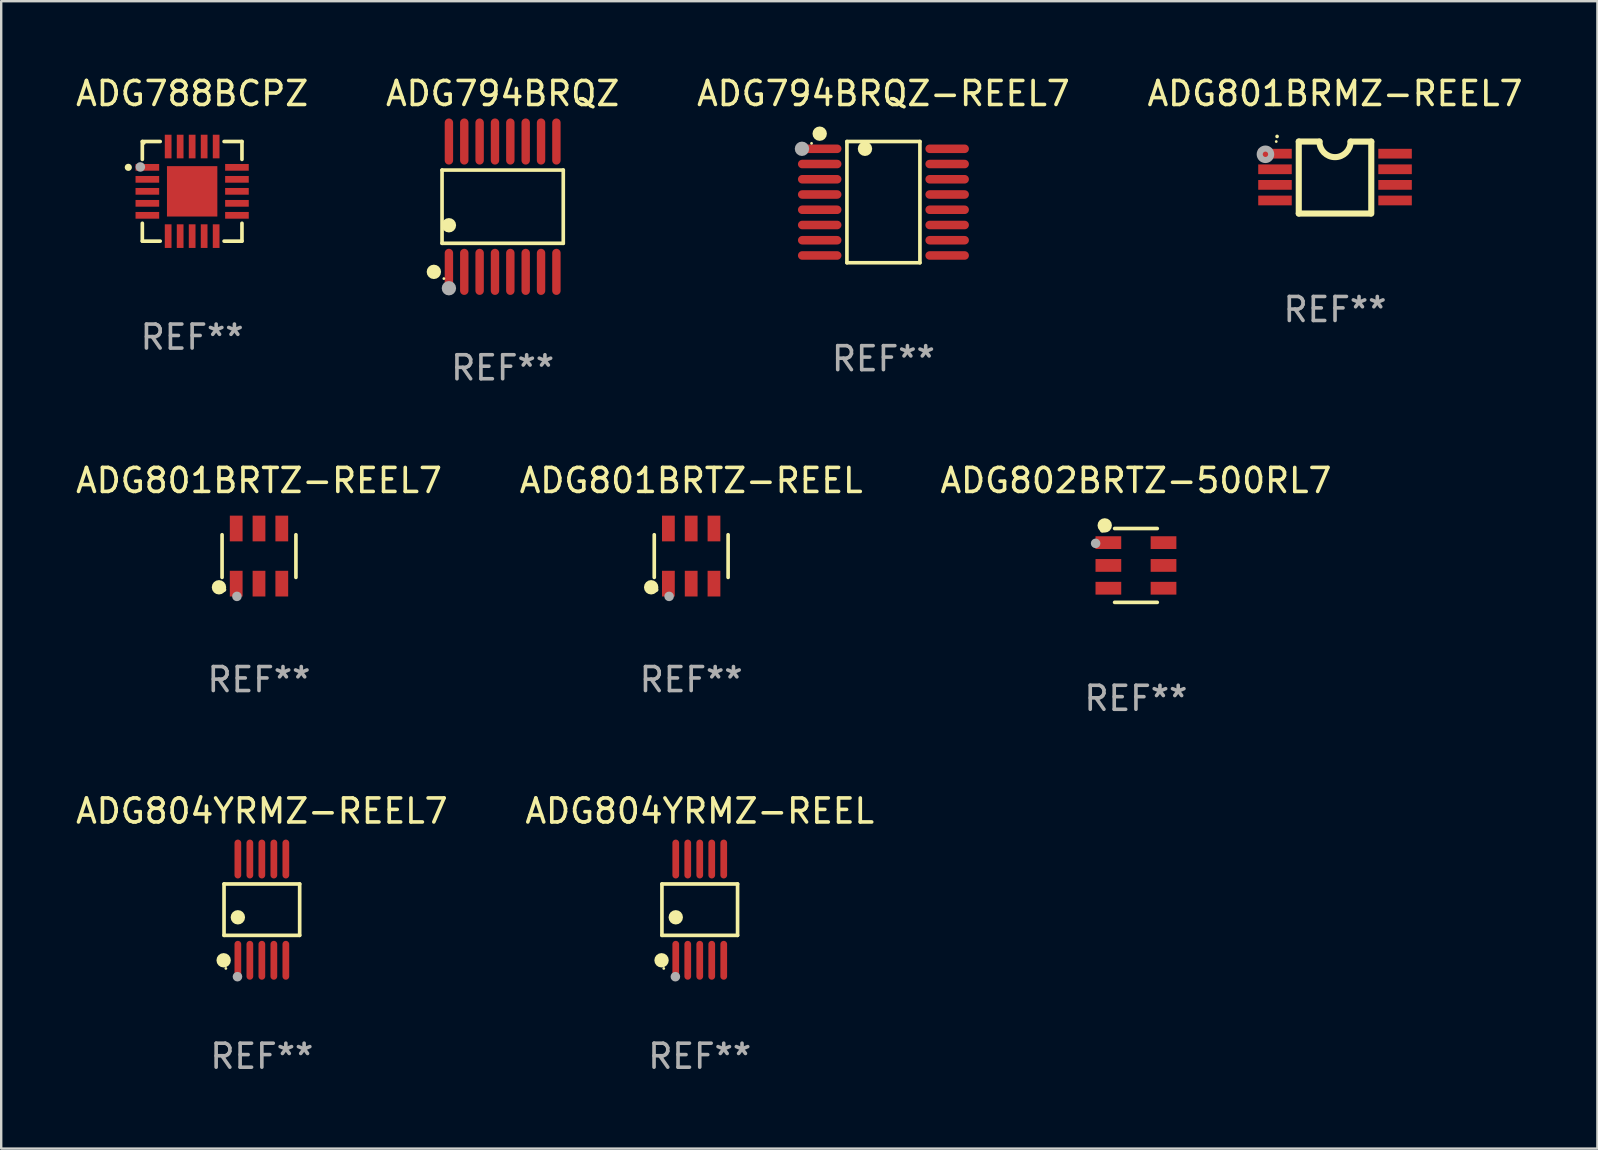
<source format=kicad_pcb>
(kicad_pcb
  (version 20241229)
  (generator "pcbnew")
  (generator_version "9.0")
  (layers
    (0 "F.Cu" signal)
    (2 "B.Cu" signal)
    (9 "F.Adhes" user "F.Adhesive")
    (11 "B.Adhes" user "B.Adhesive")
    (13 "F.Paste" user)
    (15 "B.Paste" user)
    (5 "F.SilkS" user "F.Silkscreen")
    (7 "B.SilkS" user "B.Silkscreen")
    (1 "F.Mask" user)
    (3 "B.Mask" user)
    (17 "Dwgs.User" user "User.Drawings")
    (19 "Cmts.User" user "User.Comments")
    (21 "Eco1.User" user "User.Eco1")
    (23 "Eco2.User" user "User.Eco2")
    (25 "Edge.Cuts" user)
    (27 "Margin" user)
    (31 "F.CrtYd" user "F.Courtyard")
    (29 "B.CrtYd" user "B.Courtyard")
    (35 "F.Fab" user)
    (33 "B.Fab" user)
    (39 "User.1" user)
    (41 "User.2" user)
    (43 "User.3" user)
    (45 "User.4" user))
  (footprint "ADG801BRTZ-REEL7"
    (layer "F.Cu")
    (at 7.744 20.125)
    (property "Reference" "ADG801BRTZ-REEL7" (at 0 -3.149 0) (layer "F.SilkS") (effects (font (size 1 1) (thickness 0.15))))
    (attr through_hole)
    (fp_line (start -1.539 0.889) (end -1.539 -0.889) (stroke (width 0.152) (type solid)) (layer "F.SilkS"))
    (fp_line (start 1.539 0.889) (end 1.539 -0.889) (stroke (width 0.152) (type solid)) (layer "F.SilkS"))
    (fp_circle (center -1.668 1.301) (end -1.518 1.301) (stroke (width 0.3) (type solid)) (fill no) (layer "F.SilkS"))
    (fp_circle (center -1.463 1.4) (end -1.413 1.4) (stroke (width 0.1) (type solid)) (fill no) (layer "F.SilkS"))
    (fp_circle (center -0.92 1.68) (end -0.82 1.68) (stroke (width 0.2) (type solid)) (fill no) (layer "F.Fab"))
    (fp_text user "REF**" (at 0 5.149 0) (layer "F.Fab") (effects (font (size 1 1) (thickness 0.15))))
    (pad "1" smd rect (at -0.95 1.149) (size 0.532 1.072) (layers "F.Cu" "F.Mask" "F.Paste"))
    (pad "2" smd rect (at 0 1.149) (size 0.532 1.072) (layers "F.Cu" "F.Mask" "F.Paste"))
    (pad "3" smd rect (at 0.95 1.149) (size 0.532 1.072) (layers "F.Cu" "F.Mask" "F.Paste"))
    (pad "4" smd rect (at 0.95 -1.149) (size 0.532 1.072) (layers "F.Cu" "F.Mask" "F.Paste"))
    (pad "5" smd rect (at 0 -1.149) (size 0.532 1.072) (layers "F.Cu" "F.Mask" "F.Paste"))
    (pad "6" smd rect (at -0.95 -1.149) (size 0.532 1.072) (layers "F.Cu" "F.Mask" "F.Paste")))
  (footprint "ADG804YRMZ-REEL7"
    (layer "F.Cu")
    (at 7.863 34.861)
    (property "Reference" "ADG804YRMZ-REEL7" (at 0 -4.11 0) (layer "F.SilkS") (effects (font (size 1 1) (thickness 0.15))))
    (attr through_hole)
    (fp_line (start -1.576 -1.071) (end 1.576 -1.071) (stroke (width 0.152) (type solid)) (layer "F.SilkS"))
    (fp_line (start -1.576 1.071) (end -1.576 -1.071) (stroke (width 0.152) (type solid)) (layer "F.SilkS"))
    (fp_line (start 1.576 -1.071) (end 1.576 1.071) (stroke (width 0.152) (type solid)) (layer "F.SilkS"))
    (fp_line (start 1.576 1.071) (end -1.576 1.071) (stroke (width 0.152) (type solid)) (layer "F.SilkS"))
    (fp_circle (center -1.592 2.11) (end -1.442 2.11) (stroke (width 0.3) (type solid)) (fill no) (layer "F.SilkS"))
    (fp_circle (center -1.5 2.45) (end -1.47 2.45) (stroke (width 0.06) (type solid)) (fill no) (layer "F.SilkS"))
    (fp_circle (center -1 0.319) (end -0.85 0.319) (stroke (width 0.3) (type solid)) (fill no) (layer "F.SilkS"))
    (fp_circle (center -1.016 2.794) (end -0.916 2.794) (stroke (width 0.2) (type solid)) (fill no) (layer "F.Fab"))
    (fp_text user "REF**" (at 0 6.11 0) (layer "F.Fab") (effects (font (size 1 1) (thickness 0.15))))
    (pad "1" smd oval (at -1 2.11) (size 0.28 1.62) (layers "F.Cu" "F.Mask" "F.Paste"))
    (pad "2" smd oval (at -0.5 2.11) (size 0.28 1.62) (layers "F.Cu" "F.Mask" "F.Paste"))
    (pad "3" smd oval (at 0 2.11) (size 0.28 1.62) (layers "F.Cu" "F.Mask" "F.Paste"))
    (pad "4" smd oval (at 0.5 2.11) (size 0.28 1.62) (layers "F.Cu" "F.Mask" "F.Paste"))
    (pad "5" smd oval (at 1 2.11) (size 0.28 1.62) (layers "F.Cu" "F.Mask" "F.Paste"))
    (pad "6" smd oval (at 1 -2.11) (size 0.28 1.62) (layers "F.Cu" "F.Mask" "F.Paste"))
    (pad "7" smd oval (at 0.5 -2.11) (size 0.28 1.62) (layers "F.Cu" "F.Mask" "F.Paste"))
    (pad "8" smd oval (at 0 -2.11) (size 0.28 1.62) (layers "F.Cu" "F.Mask" "F.Paste"))
    (pad "9" smd oval (at -0.5 -2.11) (size 0.28 1.62) (layers "F.Cu" "F.Mask" "F.Paste"))
    (pad "10" smd oval (at -1 -2.11) (size 0.28 1.62) (layers "F.Cu" "F.Mask" "F.Paste")))
  (footprint "ADG794BRQZ-REEL7"
    (layer "F.Cu")
    (at 33.768 5.374)
    (property "Reference" "ADG794BRQZ-REEL7" (at 0 -4.526 0) (layer "F.SilkS") (effects (font (size 1 1) (thickness 0.15))))
    (attr through_hole)
    (fp_line (start -1.521 -2.526) (end 1.521 -2.526) (stroke (width 0.152) (type solid)) (layer "F.SilkS"))
    (fp_line (start -1.521 2.526) (end -1.521 -2.526) (stroke (width 0.152) (type solid)) (layer "F.SilkS"))
    (fp_line (start 1.521 -2.526) (end 1.521 2.526) (stroke (width 0.152) (type solid)) (layer "F.SilkS"))
    (fp_line (start 1.521 2.526) (end -1.521 2.526) (stroke (width 0.152) (type solid)) (layer "F.SilkS"))
    (fp_circle (center -2.995 -2.45) (end -2.965 -2.45) (stroke (width 0.06) (type solid)) (fill no) (layer "F.SilkS"))
    (fp_circle (center -2.656 -2.853) (end -2.506 -2.853) (stroke (width 0.3) (type solid)) (fill no) (layer "F.SilkS"))
    (fp_circle (center -0.769 -2.223) (end -0.619 -2.223) (stroke (width 0.3) (type solid)) (fill no) (layer "F.SilkS"))
    (fp_circle (center -3.395 -2.223) (end -3.245 -2.223) (stroke (width 0.3) (type solid)) (fill no) (layer "F.Fab"))
    (fp_text user "REF**" (at 0 6.526 0) (layer "F.Fab") (effects (font (size 1 1) (thickness 0.15))))
    (pad "1" smd oval (at -2.656 -2.223 270) (size 0.356 1.813) (layers "F.Cu" "F.Mask" "F.Paste"))
    (pad "2" smd oval (at -2.656 -1.588 270) (size 0.356 1.813) (layers "F.Cu" "F.Mask" "F.Paste"))
    (pad "3" smd oval (at -2.656 -0.953 270) (size 0.356 1.813) (layers "F.Cu" "F.Mask" "F.Paste"))
    (pad "4" smd oval (at -2.656 -0.318 270) (size 0.356 1.813) (layers "F.Cu" "F.Mask" "F.Paste"))
    (pad "5" smd oval (at -2.656 0.318 270) (size 0.356 1.813) (layers "F.Cu" "F.Mask" "F.Paste"))
    (pad "6" smd oval (at -2.656 0.953 270) (size 0.356 1.813) (layers "F.Cu" "F.Mask" "F.Paste"))
    (pad "7" smd oval (at -2.656 1.588 270) (size 0.356 1.813) (layers "F.Cu" "F.Mask" "F.Paste"))
    (pad "8" smd oval (at -2.656 2.223 270) (size 0.356 1.813) (layers "F.Cu" "F.Mask" "F.Paste"))
    (pad "9" smd oval (at 2.656 2.223 270) (size 0.356 1.813) (layers "F.Cu" "F.Mask" "F.Paste"))
    (pad "10" smd oval (at 2.656 1.588 270) (size 0.356 1.813) (layers "F.Cu" "F.Mask" "F.Paste"))
    (pad "11" smd oval (at 2.656 0.953 270) (size 0.356 1.813) (layers "F.Cu" "F.Mask" "F.Paste"))
    (pad "12" smd oval (at 2.656 0.318 270) (size 0.356 1.813) (layers "F.Cu" "F.Mask" "F.Paste"))
    (pad "13" smd oval (at 2.656 -0.318 270) (size 0.356 1.813) (layers "F.Cu" "F.Mask" "F.Paste"))
    (pad "14" smd oval (at 2.656 -0.953 270) (size 0.356 1.813) (layers "F.Cu" "F.Mask" "F.Paste"))
    (pad "15" smd oval (at 2.656 -1.588 270) (size 0.356 1.813) (layers "F.Cu" "F.Mask" "F.Paste"))
    (pad "16" smd oval (at 2.656 -2.223 270) (size 0.356 1.813) (layers "F.Cu" "F.Mask" "F.Paste")))
  (footprint "ADG802BRTZ-500RL7"
    (layer "F.Cu")
    (at 44.292 20.515)
    (property "Reference" "ADG802BRTZ-500RL7" (at 0 -3.539 0) (layer "F.SilkS") (effects (font (size 1 1) (thickness 0.15))))
    (attr through_hole)
    (fp_line (start -0.889 -1.539) (end 0.889 -1.539) (stroke (width 0.152) (type solid)) (layer "F.SilkS"))
    (fp_line (start -0.889 1.539) (end 0.889 1.539) (stroke (width 0.152) (type solid)) (layer "F.SilkS"))
    (fp_circle (center -1.4 -1.463) (end -1.35 -1.463) (stroke (width 0.1) (type solid)) (fill no) (layer "F.SilkS"))
    (fp_circle (center -1.301 -1.668) (end -1.151 -1.668) (stroke (width 0.3) (type solid)) (fill no) (layer "F.SilkS"))
    (fp_circle (center -1.68 -0.92) (end -1.58 -0.92) (stroke (width 0.2) (type solid)) (fill no) (layer "F.Fab"))
    (fp_text user "REF**" (at 0 5.539 0) (layer "F.Fab") (effects (font (size 1 1) (thickness 0.15))))
    (pad "1" smd rect (at -1.149 -0.95 270) (size 0.532 1.072) (layers "F.Cu" "F.Mask" "F.Paste"))
    (pad "2" smd rect (at -1.149 0.000102 270) (size 0.532 1.072) (layers "F.Cu" "F.Mask" "F.Paste"))
    (pad "3" smd rect (at -1.149 0.95 270) (size 0.532 1.072) (layers "F.Cu" "F.Mask" "F.Paste"))
    (pad "4" smd rect (at 1.149 0.95 270) (size 0.532 1.072) (layers "F.Cu" "F.Mask" "F.Paste"))
    (pad "5" smd rect (at 1.149 0.000102 270) (size 0.532 1.072) (layers "F.Cu" "F.Mask" "F.Paste"))
    (pad "6" smd rect (at 1.149 -0.95 270) (size 0.532 1.072) (layers "F.Cu" "F.Mask" "F.Paste")))
  (footprint "ADG801BRTZ-REEL"
    (layer "F.Cu")
    (at 25.756 20.125)
    (property "Reference" "ADG801BRTZ-REEL" (at 0 -3.149 0) (layer "F.SilkS") (effects (font (size 1 1) (thickness 0.15))))
    (attr through_hole)
    (fp_line (start -1.539 0.889) (end -1.539 -0.889) (stroke (width 0.152) (type solid)) (layer "F.SilkS"))
    (fp_line (start 1.539 0.889) (end 1.539 -0.889) (stroke (width 0.152) (type solid)) (layer "F.SilkS"))
    (fp_circle (center -1.668 1.301) (end -1.518 1.301) (stroke (width 0.3) (type solid)) (fill no) (layer "F.SilkS"))
    (fp_circle (center -1.463 1.4) (end -1.413 1.4) (stroke (width 0.1) (type solid)) (fill no) (layer "F.SilkS"))
    (fp_circle (center -0.92 1.68) (end -0.82 1.68) (stroke (width 0.2) (type solid)) (fill no) (layer "F.Fab"))
    (fp_text user "REF**" (at 0 5.149 0) (layer "F.Fab") (effects (font (size 1 1) (thickness 0.15))))
    (pad "1" smd rect (at -0.95 1.149) (size 0.532 1.072) (layers "F.Cu" "F.Mask" "F.Paste"))
    (pad "2" smd rect (at 0 1.149) (size 0.532 1.072) (layers "F.Cu" "F.Mask" "F.Paste"))
    (pad "3" smd rect (at 0.95 1.149) (size 0.532 1.072) (layers "F.Cu" "F.Mask" "F.Paste"))
    (pad "4" smd rect (at 0.95 -1.149) (size 0.532 1.072) (layers "F.Cu" "F.Mask" "F.Paste"))
    (pad "5" smd rect (at 0 -1.149) (size 0.532 1.072) (layers "F.Cu" "F.Mask" "F.Paste"))
    (pad "6" smd rect (at -0.95 -1.149) (size 0.532 1.072) (layers "F.Cu" "F.Mask" "F.Paste")))
  (footprint "ADG794BRQZ"
    (layer "F.Cu")
    (at 17.899 5.564)
    (property "Reference" "ADG794BRQZ" (at 0 -4.716 0) (layer "F.SilkS") (effects (font (size 1 1) (thickness 0.15))))
    (attr through_hole)
    (fp_line (start -2.526 -1.526) (end 2.526 -1.526) (stroke (width 0.152) (type solid)) (layer "F.SilkS"))
    (fp_line (start -2.526 1.526) (end -2.526 -1.526) (stroke (width 0.152) (type solid)) (layer "F.SilkS"))
    (fp_line (start 2.526 -1.526) (end 2.526 1.526) (stroke (width 0.152) (type solid)) (layer "F.SilkS"))
    (fp_line (start 2.526 1.526) (end -2.526 1.526) (stroke (width 0.152) (type solid)) (layer "F.SilkS"))
    (fp_circle (center -2.867 2.716) (end -2.717 2.716) (stroke (width 0.3) (type solid)) (fill no) (layer "F.SilkS"))
    (fp_circle (center -2.45 2.997) (end -2.42 2.997) (stroke (width 0.06) (type solid)) (fill no) (layer "F.SilkS"))
    (fp_circle (center -2.24 0.774) (end -2.09 0.774) (stroke (width 0.3) (type solid)) (fill no) (layer "F.SilkS"))
    (fp_circle (center -2.24 3.398) (end -2.09 3.398) (stroke (width 0.3) (type solid)) (fill no) (layer "F.Fab"))
    (fp_text user "REF**" (at 0 6.716 0) (layer "F.Fab") (effects (font (size 1 1) (thickness 0.15))))
    (pad "1" smd oval (at -2.24 2.716) (size 0.35 1.922) (layers "F.Cu" "F.Mask" "F.Paste"))
    (pad "2" smd oval (at -1.6 2.716) (size 0.35 1.922) (layers "F.Cu" "F.Mask" "F.Paste"))
    (pad "3" smd oval (at -0.96 2.716) (size 0.35 1.922) (layers "F.Cu" "F.Mask" "F.Paste"))
    (pad "4" smd oval (at -0.32 2.716) (size 0.35 1.922) (layers "F.Cu" "F.Mask" "F.Paste"))
    (pad "5" smd oval (at 0.32 2.716) (size 0.35 1.922) (layers "F.Cu" "F.Mask" "F.Paste"))
    (pad "6" smd oval (at 0.96 2.716) (size 0.35 1.922) (layers "F.Cu" "F.Mask" "F.Paste"))
    (pad "7" smd oval (at 1.6 2.716) (size 0.35 1.922) (layers "F.Cu" "F.Mask" "F.Paste"))
    (pad "8" smd oval (at 2.24 2.716) (size 0.35 1.922) (layers "F.Cu" "F.Mask" "F.Paste"))
    (pad "9" smd oval (at 2.24 -2.716) (size 0.35 1.922) (layers "F.Cu" "F.Mask" "F.Paste"))
    (pad "10" smd oval (at 1.6 -2.716) (size 0.35 1.922) (layers "F.Cu" "F.Mask" "F.Paste"))
    (pad "11" smd oval (at 0.96 -2.716) (size 0.35 1.922) (layers "F.Cu" "F.Mask" "F.Paste"))
    (pad "12" smd oval (at 0.32 -2.716) (size 0.35 1.922) (layers "F.Cu" "F.Mask" "F.Paste"))
    (pad "13" smd oval (at -0.32 -2.716) (size 0.35 1.922) (layers "F.Cu" "F.Mask" "F.Paste"))
    (pad "14" smd oval (at -0.96 -2.716) (size 0.35 1.922) (layers "F.Cu" "F.Mask" "F.Paste"))
    (pad "15" smd oval (at -1.6 -2.716) (size 0.35 1.922) (layers "F.Cu" "F.Mask" "F.Paste"))
    (pad "16" smd oval (at -2.24 -2.716) (size 0.35 1.922) (layers "F.Cu" "F.Mask" "F.Paste")))
  (footprint "ADG804YRMZ-REEL"
    (layer "F.Cu")
    (at 26.113 34.861)
    (property "Reference" "ADG804YRMZ-REEL" (at 0 -4.11 0) (layer "F.SilkS") (effects (font (size 1 1) (thickness 0.15))))
    (attr through_hole)
    (fp_line (start -1.576 -1.071) (end 1.576 -1.071) (stroke (width 0.152) (type solid)) (layer "F.SilkS"))
    (fp_line (start -1.576 1.071) (end -1.576 -1.071) (stroke (width 0.152) (type solid)) (layer "F.SilkS"))
    (fp_line (start 1.576 -1.071) (end 1.576 1.071) (stroke (width 0.152) (type solid)) (layer "F.SilkS"))
    (fp_line (start 1.576 1.071) (end -1.576 1.071) (stroke (width 0.152) (type solid)) (layer "F.SilkS"))
    (fp_circle (center -1.592 2.11) (end -1.442 2.11) (stroke (width 0.3) (type solid)) (fill no) (layer "F.SilkS"))
    (fp_circle (center -1.5 2.45) (end -1.47 2.45) (stroke (width 0.06) (type solid)) (fill no) (layer "F.SilkS"))
    (fp_circle (center -1 0.319) (end -0.85 0.319) (stroke (width 0.3) (type solid)) (fill no) (layer "F.SilkS"))
    (fp_circle (center -1.016 2.794) (end -0.916 2.794) (stroke (width 0.2) (type solid)) (fill no) (layer "F.Fab"))
    (fp_text user "REF**" (at 0 6.11 0) (layer "F.Fab") (effects (font (size 1 1) (thickness 0.15))))
    (pad "1" smd oval (at -1 2.11) (size 0.28 1.62) (layers "F.Cu" "F.Mask" "F.Paste"))
    (pad "2" smd oval (at -0.5 2.11) (size 0.28 1.62) (layers "F.Cu" "F.Mask" "F.Paste"))
    (pad "3" smd oval (at 0 2.11) (size 0.28 1.62) (layers "F.Cu" "F.Mask" "F.Paste"))
    (pad "4" smd oval (at 0.5 2.11) (size 0.28 1.62) (layers "F.Cu" "F.Mask" "F.Paste"))
    (pad "5" smd oval (at 1 2.11) (size 0.28 1.62) (layers "F.Cu" "F.Mask" "F.Paste"))
    (pad "6" smd oval (at 1 -2.11) (size 0.28 1.62) (layers "F.Cu" "F.Mask" "F.Paste"))
    (pad "7" smd oval (at 0.5 -2.11) (size 0.28 1.62) (layers "F.Cu" "F.Mask" "F.Paste"))
    (pad "8" smd oval (at 0 -2.11) (size 0.28 1.62) (layers "F.Cu" "F.Mask" "F.Paste"))
    (pad "9" smd oval (at -0.5 -2.11) (size 0.28 1.62) (layers "F.Cu" "F.Mask" "F.Paste"))
    (pad "10" smd oval (at -1 -2.11) (size 0.28 1.62) (layers "F.Cu" "F.Mask" "F.Paste")))
  (footprint "ADG788BCPZ"
    (layer "F.Cu")
    (at 4.958 4.924)
    (property "Reference" "ADG788BCPZ" (at 0 -4.076 0) (layer "F.SilkS") (effects (font (size 1 1) (thickness 0.15))))
    (attr through_hole)
    (fp_line (start -2.076 -2.076) (end -2.076 -1.331) (stroke (width 0.152) (type solid)) (layer "F.SilkS"))
    (fp_line (start -2.076 2.076) (end -2.076 1.331) (stroke (width 0.152) (type solid)) (layer "F.SilkS"))
    (fp_line (start -1.331 -2.076) (end -2.076 -2.076) (stroke (width 0.152) (type solid)) (layer "F.SilkS"))
    (fp_line (start -1.331 2.076) (end -2.076 2.076) (stroke (width 0.152) (type solid)) (layer "F.SilkS"))
    (fp_line (start 1.331 -2.076) (end 2.076 -2.076) (stroke (width 0.152) (type solid)) (layer "F.SilkS"))
    (fp_line (start 1.331 2.076) (end 2.076 2.076) (stroke (width 0.152) (type solid)) (layer "F.SilkS"))
    (fp_line (start 2.076 -2.076) (end 2.076 -1.331) (stroke (width 0.152) (type solid)) (layer "F.SilkS"))
    (fp_line (start 2.076 2.076) (end 2.076 1.331) (stroke (width 0.152) (type solid)) (layer "F.SilkS"))
    (fp_circle (center -2.66 -1) (end -2.585 -1) (stroke (width 0.15) (type solid)) (fill no) (layer "F.SilkS"))
    (fp_circle (center -2 -2) (end -1.97 -2) (stroke (width 0.06) (type solid)) (fill no) (layer "F.SilkS"))
    (fp_circle (center -2.159 -1.016) (end -2.059 -1.016) (stroke (width 0.2) (type solid)) (fill no) (layer "F.Fab"))
    (fp_text user "REF**" (at 0 6.076 0) (layer "F.Fab") (effects (font (size 1 1) (thickness 0.15))))
    (pad "1" smd rect (at -1.867 -1) (size 0.985 0.28) (layers "F.Cu" "F.Mask" "F.Paste"))
    (pad "2" smd rect (at -1.867 -0.5) (size 0.985 0.28) (layers "F.Cu" "F.Mask" "F.Paste"))
    (pad "3" smd rect (at -1.867 0) (size 0.985 0.28) (layers "F.Cu" "F.Mask" "F.Paste"))
    (pad "4" smd rect (at -1.867 0.5) (size 0.985 0.28) (layers "F.Cu" "F.Mask" "F.Paste"))
    (pad "5" smd rect (at -1.867 1) (size 0.985 0.28) (layers "F.Cu" "F.Mask" "F.Paste"))
    (pad "6" smd rect (at -1 1.867) (size 0.28 0.985) (layers "F.Cu" "F.Mask" "F.Paste"))
    (pad "7" smd rect (at -0.5 1.867) (size 0.28 0.985) (layers "F.Cu" "F.Mask" "F.Paste"))
    (pad "8" smd rect (at 0 1.867) (size 0.28 0.985) (layers "F.Cu" "F.Mask" "F.Paste"))
    (pad "9" smd rect (at 0.5 1.867) (size 0.28 0.985) (layers "F.Cu" "F.Mask" "F.Paste"))
    (pad "10" smd rect (at 1 1.867) (size 0.28 0.985) (layers "F.Cu" "F.Mask" "F.Paste"))
    (pad "11" smd rect (at 1.867 1) (size 0.985 0.28) (layers "F.Cu" "F.Mask" "F.Paste"))
    (pad "12" smd rect (at 1.867 0.5) (size 0.985 0.28) (layers "F.Cu" "F.Mask" "F.Paste"))
    (pad "13" smd rect (at 1.867 0) (size 0.985 0.28) (layers "F.Cu" "F.Mask" "F.Paste"))
    (pad "14" smd rect (at 1.867 -0.5) (size 0.985 0.28) (layers "F.Cu" "F.Mask" "F.Paste"))
    (pad "15" smd rect (at 1.867 -1) (size 0.985 0.28) (layers "F.Cu" "F.Mask" "F.Paste"))
    (pad "16" smd rect (at 1 -1.867) (size 0.28 0.985) (layers "F.Cu" "F.Mask" "F.Paste"))
    (pad "17" smd rect (at 0.5 -1.867) (size 0.28 0.985) (layers "F.Cu" "F.Mask" "F.Paste"))
    (pad "18" smd rect (at 0 -1.867) (size 0.28 0.985) (layers "F.Cu" "F.Mask" "F.Paste"))
    (pad "19" smd rect (at -0.5 -1.867) (size 0.28 0.985) (layers "F.Cu" "F.Mask" "F.Paste"))
    (pad "20" smd rect (at -1 -1.867) (size 0.28 0.985) (layers "F.Cu" "F.Mask" "F.Paste"))
    (pad "21" smd rect (at 0 0) (size 2.1 2.1) (layers "F.Cu" "F.Mask" "F.Paste")))
  (footprint "ADG801BRMZ-REEL7"
    (layer "F.Cu")
    (at 52.589 4.35)
    (property "Reference" "ADG801BRMZ-REEL7" (at 0 -3.501 0) (layer "F.SilkS") (effects (font (size 1 1) (thickness 0.15))))
    (attr through_hole)
    (fp_line (start -1.511 -1.501) (end -1.511 1.499) (stroke (width 0.254) (type solid)) (layer "F.SilkS"))
    (fp_line (start -1.511 -1.501) (end -0.648 -1.501) (stroke (width 0.254) (type solid)) (layer "F.SilkS"))
    (fp_line (start -1.511 1.499) (end 1.489 1.499) (stroke (width 0.254) (type solid)) (layer "F.SilkS"))
    (fp_line (start 0.648 -1.499) (end 1.511 -1.499) (stroke (width 0.254) (type solid)) (layer "F.SilkS"))
    (fp_line (start 1.511 -1.499) (end 1.511 1.501) (stroke (width 0.254) (type solid)) (layer "F.SilkS"))
    (fp_arc (start -2.41491 -1.713233) (mid -2.414916 -1.714503) (end -2.41491 -1.715773) (stroke (width 0.150013) (type solid)) (layer "F.SilkS"))
    (fp_arc (start 0.647803 -1.498603) (mid 0.000102 -0.850902) (end -0.647599 -1.498603) (stroke (width 0.254001) (type solid)) (layer "F.SilkS"))
    (fp_circle (center -2.45 -1.501) (end -2.42 -1.501) (stroke (width 0.06) (type solid)) (fill no) (layer "F.SilkS"))
    (fp_circle (center -2.9 -0.97) (end -2.788 -0.97) (stroke (width 0.254) (type solid)) (fill no) (layer "F.Fab"))
    (fp_text user "REF**" (at 0 5.501 0) (layer "F.Fab") (effects (font (size 1 1) (thickness 0.15))))
    (pad "1" smd rect (at -2.502 -0.995) (size 1.397 0.406) (layers "F.Cu" "F.Mask" "F.Paste"))
    (pad "2" smd rect (at -2.502 -0.345) (size 1.397 0.406) (layers "F.Cu" "F.Mask" "F.Paste"))
    (pad "3" smd rect (at -2.502 0.305) (size 1.397 0.406) (layers "F.Cu" "F.Mask" "F.Paste"))
    (pad "4" smd rect (at -2.502 0.955) (size 1.397 0.406) (layers "F.Cu" "F.Mask" "F.Paste"))
    (pad "5" smd rect (at 2.502 0.955) (size 1.397 0.406) (layers "F.Cu" "F.Mask" "F.Paste"))
    (pad "6" smd rect (at 2.502 0.305) (size 1.397 0.406) (layers "F.Cu" "F.Mask" "F.Paste"))
    (pad "7" smd rect (at 2.502 -0.345) (size 1.397 0.406) (layers "F.Cu" "F.Mask" "F.Paste"))
    (pad "8" smd rect (at 2.502 -0.995) (size 1.397 0.406) (layers "F.Cu" "F.Mask" "F.Paste")))
  (gr_rect
    (start -3 -3)
    (end 63.524 44.819)
    (stroke (width 0.1) (type default))
    (fill no)
    (layer "Edge.Cuts")))
</source>
